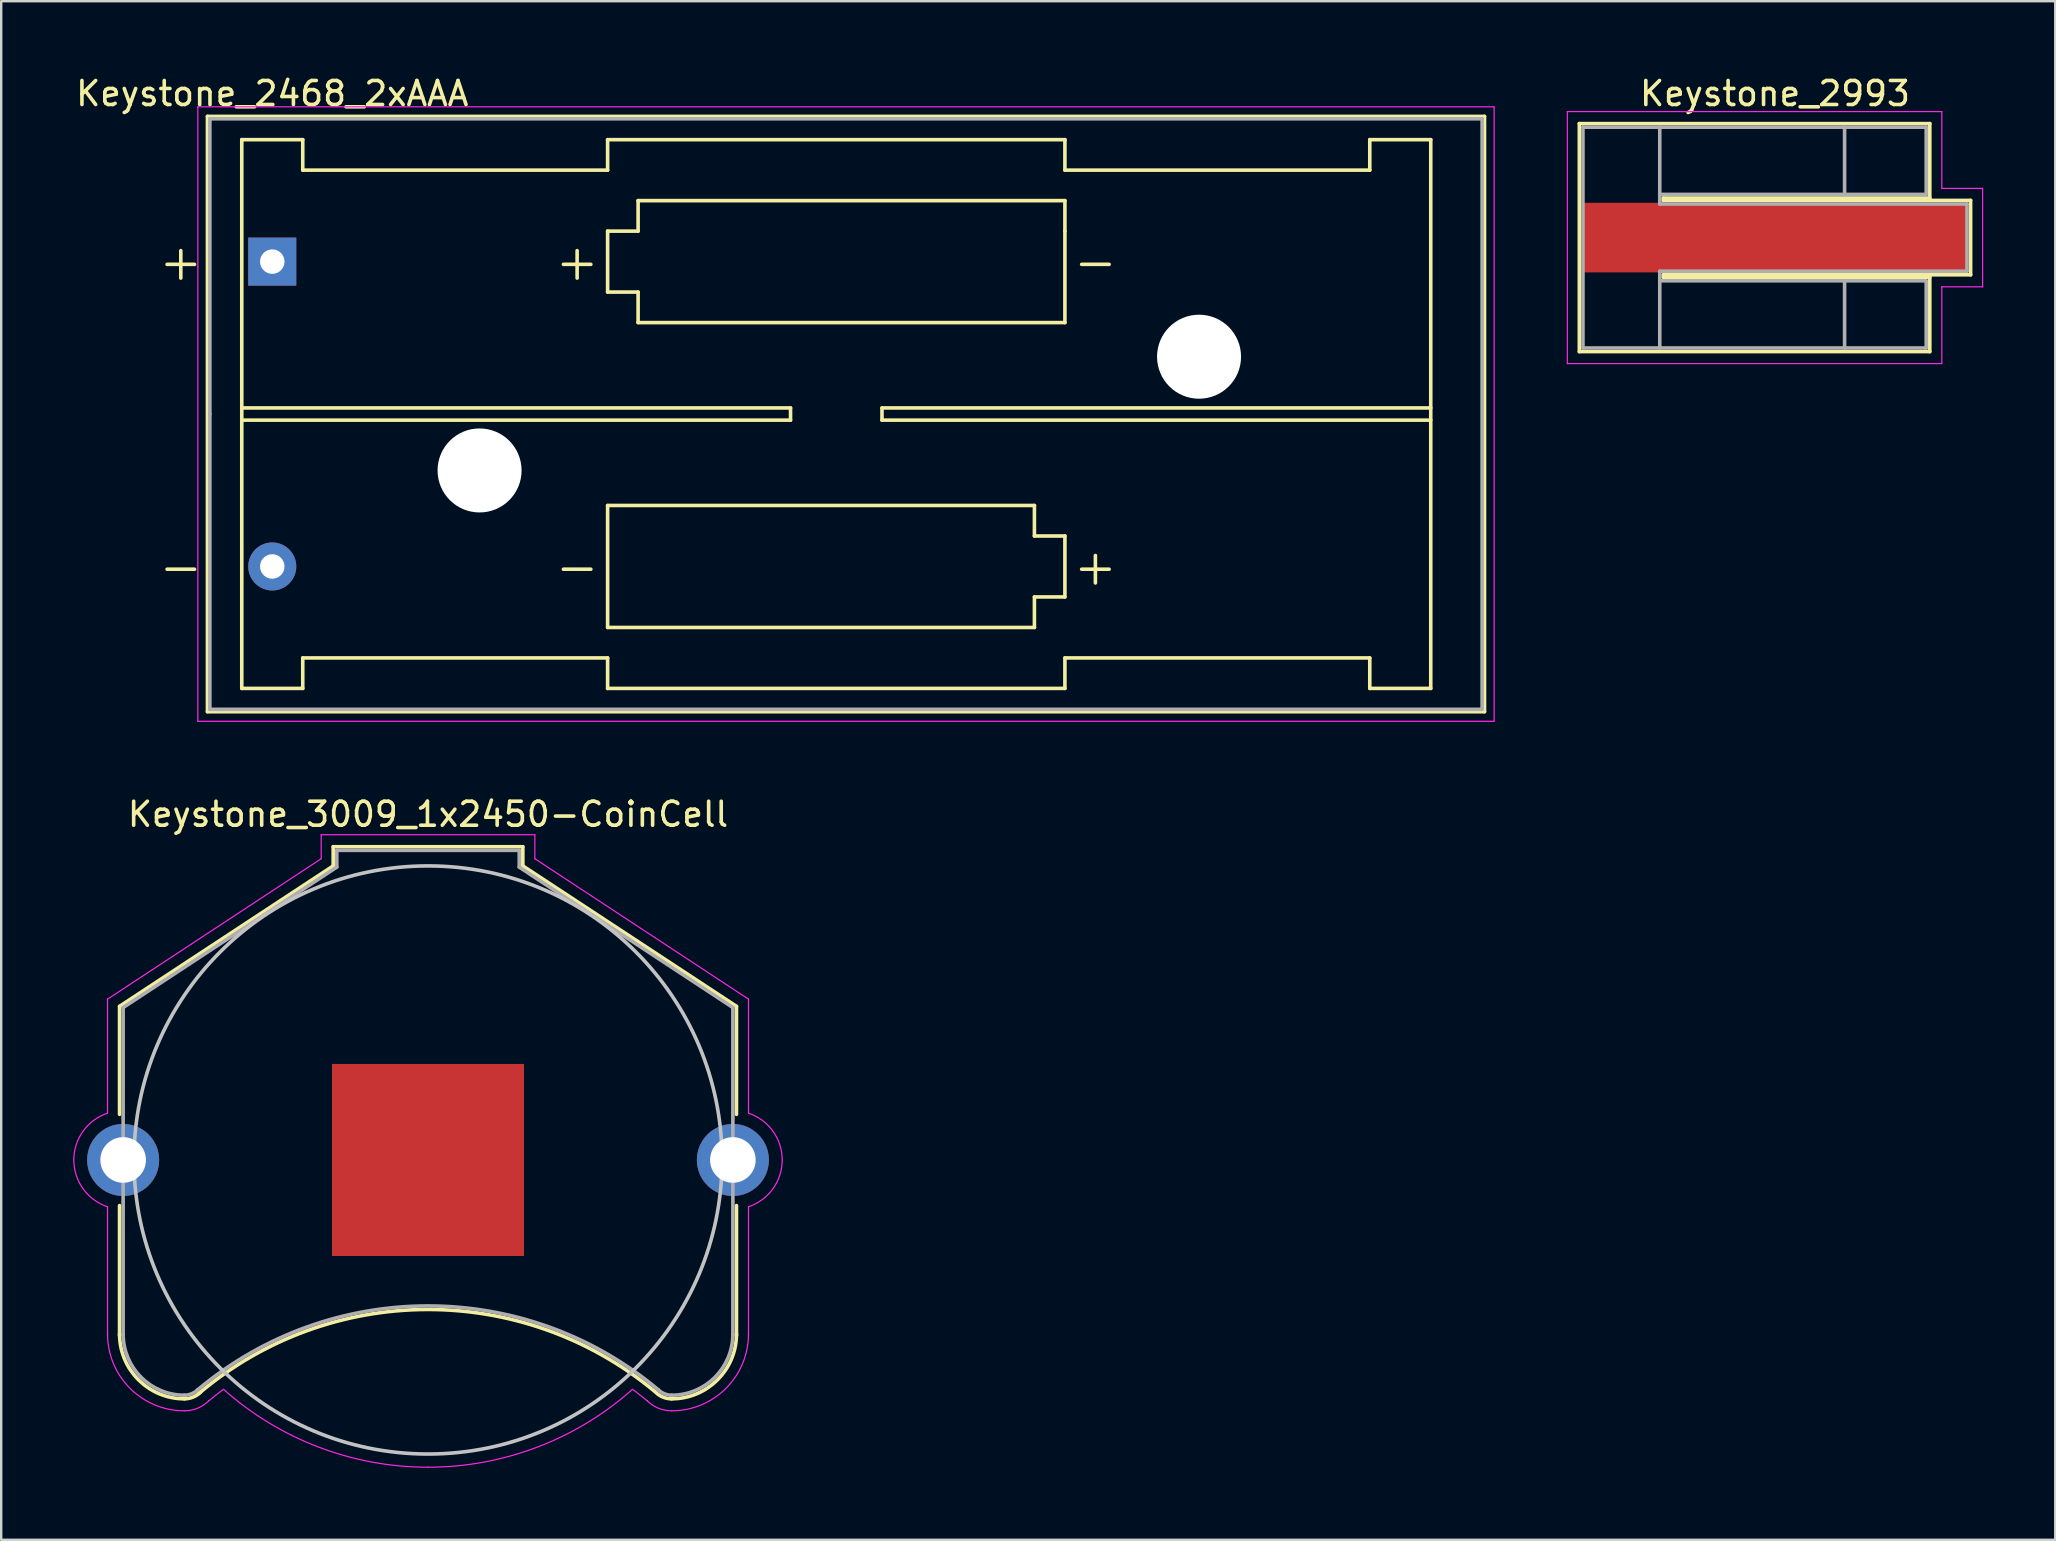
<source format=kicad_pcb>
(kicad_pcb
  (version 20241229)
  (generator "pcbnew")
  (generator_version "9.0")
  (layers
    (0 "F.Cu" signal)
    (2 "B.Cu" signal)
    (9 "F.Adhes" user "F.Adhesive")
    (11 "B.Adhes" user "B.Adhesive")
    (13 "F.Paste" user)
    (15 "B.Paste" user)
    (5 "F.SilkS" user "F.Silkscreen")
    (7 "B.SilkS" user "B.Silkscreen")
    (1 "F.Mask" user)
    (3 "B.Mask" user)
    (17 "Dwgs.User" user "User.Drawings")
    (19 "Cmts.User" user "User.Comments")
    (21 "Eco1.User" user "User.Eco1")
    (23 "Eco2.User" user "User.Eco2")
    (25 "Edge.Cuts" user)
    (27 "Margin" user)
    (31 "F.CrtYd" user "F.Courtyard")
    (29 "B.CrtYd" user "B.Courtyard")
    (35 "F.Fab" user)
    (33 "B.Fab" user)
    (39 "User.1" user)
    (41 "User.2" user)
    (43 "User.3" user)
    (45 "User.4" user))
  (footprint "Keystone_3009_1x2450-CoinCell"
    (layer "F.Cu")
    (at 14.78 45.272)
    (property "Reference" "Keystone_3009_1x2450-CoinCell" (at 0 -14.4 0) (layer "F.SilkS") (effects (font (size 1 1) (thickness 0.15))))
    (attr through_hole)
    (fp_line (start -12.85 -6.4) (end -12.85 -1.9) (stroke (width 0.15) (type solid)) (layer "F.SilkS"))
    (fp_line (start -12.85 1.9) (end -12.85 7.3) (stroke (width 0.15) (type solid)) (layer "F.SilkS"))
    (fp_line (start -3.95 -13.05) (end -3.95 -12.25) (stroke (width 0.15) (type solid)) (layer "F.SilkS"))
    (fp_line (start -3.95 -13.05) (end 3.95 -13.05) (stroke (width 0.15) (type solid)) (layer "F.SilkS"))
    (fp_line (start -3.95 -12.25) (end -12.85 -6.4) (stroke (width 0.15) (type solid)) (layer "F.SilkS"))
    (fp_line (start 3.95 -13.05) (end 3.95 -12.25) (stroke (width 0.15) (type solid)) (layer "F.SilkS"))
    (fp_line (start 3.95 -12.25) (end 12.85 -6.4) (stroke (width 0.15) (type solid)) (layer "F.SilkS"))
    (fp_line (start 12.85 -6.4) (end 12.85 -1.9) (stroke (width 0.15) (type solid)) (layer "F.SilkS"))
    (fp_line (start 12.85 1.9) (end 12.85 7.3) (stroke (width 0.15) (type solid)) (layer "F.SilkS"))
    (fp_arc (start -10.15 9.95) (mid -12.059188 9.159188) (end -12.85 7.25) (stroke (width 0.15) (type solid)) (layer "F.SilkS"))
    (fp_arc (start -9.55 9.73) (mid -0.071508 6.228057) (end 9.440443 9.638071) (stroke (width 0.15) (type solid)) (layer "F.SilkS"))
    (fp_arc (start -9.478249 9.671751) (mid -9.786451 9.877685) (end -10.15 9.95) (stroke (width 0.15) (type solid)) (layer "F.SilkS"))
    (fp_arc (start 10.15 9.95) (mid 9.786451 9.877686) (end 9.478249 9.671751) (stroke (width 0.15) (type solid)) (layer "F.SilkS"))
    (fp_arc (start 12.85 7.25) (mid 12.059188 9.159188) (end 10.15 9.95) (stroke (width 0.15) (type solid)) (layer "F.SilkS"))
    (fp_circle (center 0 0) (end 12.25 0) (stroke (width 0.15) (type solid)) (fill no) (layer "Dwgs.User"))
    (fp_line (start -13.35 -6.7) (end -13.35 -1.95) (stroke (width 0.05) (type solid)) (layer "F.CrtYd"))
    (fp_line (start -13.35 1.95) (end -13.35 7.3) (stroke (width 0.05) (type solid)) (layer "F.CrtYd"))
    (fp_line (start -4.45 -13.55) (end -4.45 -12.55) (stroke (width 0.05) (type solid)) (layer "F.CrtYd"))
    (fp_line (start -4.45 -13.55) (end 4.45 -13.55) (stroke (width 0.05) (type solid)) (layer "F.CrtYd"))
    (fp_line (start -4.45 -12.55) (end -13.35 -6.7) (stroke (width 0.05) (type solid)) (layer "F.CrtYd"))
    (fp_line (start 4.45 -13.55) (end 4.45 -12.55) (stroke (width 0.05) (type solid)) (layer "F.CrtYd"))
    (fp_line (start 4.45 -12.55) (end 13.35 -6.7) (stroke (width 0.05) (type solid)) (layer "F.CrtYd"))
    (fp_line (start 13.35 -6.7) (end 13.35 -1.95) (stroke (width 0.05) (type solid)) (layer "F.CrtYd"))
    (fp_line (start 13.35 1.95) (end 13.35 7.3) (stroke (width 0.05) (type solid)) (layer "F.CrtYd"))
    (fp_arc (start -13.35 1.95) (mid -14.755479 0.002334) (end -13.354426 -1.948519) (stroke (width 0.05) (type solid)) (layer "F.CrtYd"))
    (fp_arc (start -10.15 10.45) (mid -12.412742 9.512742) (end -13.35 7.25) (stroke (width 0.05) (type solid)) (layer "F.CrtYd"))
    (fp_arc (start -9.15 10.05) (mid -8.840691 9.798786) (end -8.524488 9.556307) (stroke (width 0.05) (type solid)) (layer "F.CrtYd"))
    (fp_arc (start -9.124695 10.025305) (mid -9.595109 10.339626) (end -10.15 10.45) (stroke (width 0.05) (type solid)) (layer "F.CrtYd"))
    (fp_arc (start 0 12.8) (mid -4.55581 11.961797) (end -8.514949 9.556969) (stroke (width 0.05) (type solid)) (layer "F.CrtYd"))
    (fp_arc (start 8.514949 9.556969) (mid 4.55581 11.961798) (end 0 12.8) (stroke (width 0.05) (type solid)) (layer "F.CrtYd"))
    (fp_arc (start 8.524488 9.556307) (mid 8.840691 9.798786) (end 9.15 10.05) (stroke (width 0.05) (type solid)) (layer "F.CrtYd"))
    (fp_arc (start 10.15 10.45) (mid 9.595109 10.339625) (end 9.124695 10.025305) (stroke (width 0.05) (type solid)) (layer "F.CrtYd"))
    (fp_arc (start 13.35 7.25) (mid 12.412742 9.512742) (end 10.15 10.45) (stroke (width 0.05) (type solid)) (layer "F.CrtYd"))
    (fp_arc (start 13.354426 -1.948519) (mid 14.755479 0.002334) (end 13.35 1.95) (stroke (width 0.05) (type solid)) (layer "F.CrtYd"))
    (fp_line (start -12.7 -6.35) (end -12.7 7.3) (stroke (width 0.15) (type solid)) (layer "F.Fab"))
    (fp_line (start -3.8 -12.9) (end -3.8 -12.2) (stroke (width 0.15) (type solid)) (layer "F.Fab"))
    (fp_line (start -3.8 -12.9) (end 3.8 -12.9) (stroke (width 0.15) (type solid)) (layer "F.Fab"))
    (fp_line (start -3.8 -12.2) (end -12.7 -6.35) (stroke (width 0.15) (type solid)) (layer "F.Fab"))
    (fp_line (start 3.8 -12.9) (end 3.8 -12.2) (stroke (width 0.15) (type solid)) (layer "F.Fab"))
    (fp_line (start 3.8 -12.2) (end 12.7 -6.35) (stroke (width 0.15) (type solid)) (layer "F.Fab"))
    (fp_line (start 12.7 -6.35) (end 12.7 7.3) (stroke (width 0.15) (type solid)) (layer "F.Fab"))
    (fp_arc (start -10.15 9.8) (mid -11.953122 9.053122) (end -12.7 7.25) (stroke (width 0.15) (type solid)) (layer "F.Fab"))
    (fp_arc (start -9.6 9.58) (mid -0.013392 6.081011) (end 9.579482 9.562783) (stroke (width 0.15) (type solid)) (layer "F.Fab"))
    (fp_arc (start -9.584315 9.565685) (mid -9.843853 9.739103) (end -10.15 9.8) (stroke (width 0.15) (type solid)) (layer "F.Fab"))
    (fp_arc (start 10.15 9.8) (mid 9.843853 9.739104) (end 9.584315 9.565685) (stroke (width 0.15) (type solid)) (layer "F.Fab"))
    (fp_arc (start 12.7 7.25) (mid 11.953122 9.053122) (end 10.15 9.8) (stroke (width 0.15) (type solid)) (layer "F.Fab"))
    (pad "1" thru_hole circle (at -12.7 0) (size 3 3) (drill 1.9) (layers "*.Cu" "*.Mask"))
    (pad "1" thru_hole circle (at 12.7 0) (size 3 3) (drill 1.9) (layers "*.Cu" "*.Mask"))
    (pad "2" smd rect (at 0 0) (size 8 8) (layers "F.Cu" "F.Mask" "F.Paste")))
  (footprint "Keystone_2468_2xAAA"
    (layer "F.Cu")
    (at 8.292 7.848)
    (property "Reference" "Keystone_2468_2xAAA" (at 0 -7 180) (layer "F.SilkS") (effects (font (size 1 1) (thickness 0.15))))
    (attr through_hole)
    (fp_line (start -2.7 -6.05) (end -2.7 18.75) (stroke (width 0.15) (type solid)) (layer "F.SilkS"))
    (fp_line (start -2.7 18.75) (end 50.5 18.75) (stroke (width 0.15) (type solid)) (layer "F.SilkS"))
    (fp_line (start -1.27 -5.08) (end -1.27 17.78) (stroke (width 0.15) (type solid)) (layer "F.SilkS"))
    (fp_line (start -1.27 6.096) (end 21.59 6.096) (stroke (width 0.15) (type solid)) (layer "F.SilkS"))
    (fp_line (start -1.27 17.78) (end 1.27 17.78) (stroke (width 0.15) (type solid)) (layer "F.SilkS"))
    (fp_line (start 1.27 -5.08) (end -1.27 -5.08) (stroke (width 0.15) (type solid)) (layer "F.SilkS"))
    (fp_line (start 1.27 -3.81) (end 1.27 -5.08) (stroke (width 0.15) (type solid)) (layer "F.SilkS"))
    (fp_line (start 1.27 -3.81) (end 13.97 -3.81) (stroke (width 0.15) (type solid)) (layer "F.SilkS"))
    (fp_line (start 1.27 16.51) (end 13.97 16.51) (stroke (width 0.15) (type solid)) (layer "F.SilkS"))
    (fp_line (start 1.27 17.78) (end 1.27 16.51) (stroke (width 0.15) (type solid)) (layer "F.SilkS"))
    (fp_line (start 13.97 -5.08) (end 13.97 -3.81) (stroke (width 0.15) (type solid)) (layer "F.SilkS"))
    (fp_line (start 13.97 -1.27) (end 15.24 -1.27) (stroke (width 0.15) (type solid)) (layer "F.SilkS"))
    (fp_line (start 13.97 1.27) (end 13.97 -1.27) (stroke (width 0.15) (type solid)) (layer "F.SilkS"))
    (fp_line (start 13.97 10.16) (end 31.75 10.16) (stroke (width 0.15) (type solid)) (layer "F.SilkS"))
    (fp_line (start 13.97 15.24) (end 13.97 10.16) (stroke (width 0.15) (type solid)) (layer "F.SilkS"))
    (fp_line (start 13.97 16.51) (end 13.97 17.78) (stroke (width 0.15) (type solid)) (layer "F.SilkS"))
    (fp_line (start 13.97 17.78) (end 33.02 17.78) (stroke (width 0.15) (type solid)) (layer "F.SilkS"))
    (fp_line (start 15.24 -2.54) (end 33.02 -2.54) (stroke (width 0.15) (type solid)) (layer "F.SilkS"))
    (fp_line (start 15.24 -1.27) (end 15.24 -2.54) (stroke (width 0.15) (type solid)) (layer "F.SilkS"))
    (fp_line (start 15.24 1.27) (end 13.97 1.27) (stroke (width 0.15) (type solid)) (layer "F.SilkS"))
    (fp_line (start 15.24 2.54) (end 15.24 1.27) (stroke (width 0.15) (type solid)) (layer "F.SilkS"))
    (fp_line (start 21.59 6.096) (end 21.59 6.604) (stroke (width 0.15) (type solid)) (layer "F.SilkS"))
    (fp_line (start 21.59 6.604) (end -1.27 6.604) (stroke (width 0.15) (type solid)) (layer "F.SilkS"))
    (fp_line (start 25.4 6.096) (end 25.4 6.604) (stroke (width 0.15) (type solid)) (layer "F.SilkS"))
    (fp_line (start 25.4 6.604) (end 48.26 6.604) (stroke (width 0.15) (type solid)) (layer "F.SilkS"))
    (fp_line (start 31.75 10.16) (end 31.75 11.43) (stroke (width 0.15) (type solid)) (layer "F.SilkS"))
    (fp_line (start 31.75 11.43) (end 33.02 11.43) (stroke (width 0.15) (type solid)) (layer "F.SilkS"))
    (fp_line (start 31.75 13.97) (end 31.75 15.24) (stroke (width 0.15) (type solid)) (layer "F.SilkS"))
    (fp_line (start 31.75 15.24) (end 13.97 15.24) (stroke (width 0.15) (type solid)) (layer "F.SilkS"))
    (fp_line (start 33.02 -5.08) (end 13.97 -5.08) (stroke (width 0.15) (type solid)) (layer "F.SilkS"))
    (fp_line (start 33.02 -3.81) (end 33.02 -5.08) (stroke (width 0.15) (type solid)) (layer "F.SilkS"))
    (fp_line (start 33.02 -2.54) (end 33.02 -1.27) (stroke (width 0.15) (type solid)) (layer "F.SilkS"))
    (fp_line (start 33.02 -1.27) (end 33.02 2.54) (stroke (width 0.15) (type solid)) (layer "F.SilkS"))
    (fp_line (start 33.02 2.54) (end 15.24 2.54) (stroke (width 0.15) (type solid)) (layer "F.SilkS"))
    (fp_line (start 33.02 11.43) (end 33.02 13.97) (stroke (width 0.15) (type solid)) (layer "F.SilkS"))
    (fp_line (start 33.02 13.97) (end 31.75 13.97) (stroke (width 0.15) (type solid)) (layer "F.SilkS"))
    (fp_line (start 33.02 17.78) (end 33.02 16.51) (stroke (width 0.15) (type solid)) (layer "F.SilkS"))
    (fp_line (start 45.72 -5.08) (end 45.72 -3.81) (stroke (width 0.15) (type solid)) (layer "F.SilkS"))
    (fp_line (start 45.72 -3.81) (end 33.02 -3.81) (stroke (width 0.15) (type solid)) (layer "F.SilkS"))
    (fp_line (start 45.72 16.51) (end 33.02 16.51) (stroke (width 0.15) (type solid)) (layer "F.SilkS"))
    (fp_line (start 45.72 17.78) (end 45.72 16.51) (stroke (width 0.15) (type solid)) (layer "F.SilkS"))
    (fp_line (start 48.26 -5.08) (end 45.72 -5.08) (stroke (width 0.15) (type solid)) (layer "F.SilkS"))
    (fp_line (start 48.26 -5.08) (end 48.26 17.78) (stroke (width 0.15) (type solid)) (layer "F.SilkS"))
    (fp_line (start 48.26 6.096) (end 25.4 6.096) (stroke (width 0.15) (type solid)) (layer "F.SilkS"))
    (fp_line (start 48.26 17.78) (end 45.72 17.78) (stroke (width 0.15) (type solid)) (layer "F.SilkS"))
    (fp_line (start 50.5 -6.05) (end -2.7 -6.05) (stroke (width 0.15) (type solid)) (layer "F.SilkS"))
    (fp_line (start 50.5 18.75) (end 50.5 -6.05) (stroke (width 0.15) (type solid)) (layer "F.SilkS"))
    (fp_line (start -3.1 -6.45) (end -3.1 19.15) (stroke (width 0.05) (type solid)) (layer "F.CrtYd"))
    (fp_line (start -3.1 19.15) (end 50.9 19.15) (stroke (width 0.05) (type solid)) (layer "F.CrtYd"))
    (fp_line (start 50.9 -6.45) (end -3.1 -6.45) (stroke (width 0.05) (type solid)) (layer "F.CrtYd"))
    (fp_line (start 50.9 19.15) (end 50.9 -6.45) (stroke (width 0.05) (type solid)) (layer "F.CrtYd"))
    (fp_line (start -2.6 -5.95) (end 50.4 -5.95) (stroke (width 0.15) (type solid)) (layer "F.Fab"))
    (fp_line (start -2.6 6.35) (end -2.6 -5.95) (stroke (width 0.15) (type solid)) (layer "F.Fab"))
    (fp_line (start -2.6 18.65) (end -2.6 6.35) (stroke (width 0.15) (type solid)) (layer "F.Fab"))
    (fp_line (start -2.6 18.65) (end 50.4 18.65) (stroke (width 0.15) (type solid)) (layer "F.Fab"))
    (fp_line (start 50.4 18.65) (end 50.4 -5.95) (stroke (width 0.15) (type solid)) (layer "F.Fab"))
    (fp_text user "+" (at -3.81 0 0) (layer "F.SilkS") (effects (font (size 1.5 1.5) (thickness 0.15))))
    (fp_text user "-" (at 34.29 0 0) (layer "F.SilkS") (effects (font (size 1.5 1.5) (thickness 0.15))))
    (fp_text user "+" (at 12.7 0 0) (layer "F.SilkS") (effects (font (size 1.5 1.5) (thickness 0.15))))
    (fp_text user "-" (at -3.81 12.7 0) (layer "F.SilkS") (effects (font (size 1.5 1.5) (thickness 0.15))))
    (fp_text user "-" (at 12.7 12.7 0) (layer "F.SilkS") (effects (font (size 1.5 1.5) (thickness 0.15))))
    (fp_text user "+" (at 34.29 12.7 0) (layer "F.SilkS") (effects (font (size 1.5 1.5) (thickness 0.15))))
    (pad "" np_thru_hole circle (at 8.636 8.7) (size 3.5 3.5) (drill 3.5) (layers "*.Cu" "*.Mask"))
    (pad "" np_thru_hole circle (at 38.608 3.962) (size 3.5 3.5) (drill 3.5) (layers "*.Cu" "*.Mask"))
    (pad "1" thru_hole rect (at 0 0) (size 2 2) (drill 1.02) (layers "*.Cu" "*.Mask"))
    (pad "2" thru_hole circle (at 0 12.7) (size 2 2) (drill 1.02) (layers "*.Cu" "*.Mask")))
  (footprint "Keystone_2993"
    (layer "F.Cu")
    (at 70.892 6.848)
    (property "Reference" "Keystone_2993" (at 0 -6 0) (layer "F.SilkS") (effects (font (size 1 1) (thickness 0.15))))
    (attr smd)
    (fp_line (start -8.15 -4.75) (end -8.15 4.75) (stroke (width 0.15) (type solid)) (layer "F.SilkS"))
    (fp_line (start -8.15 -4.75) (end 6.45 -4.75) (stroke (width 0.15) (type solid)) (layer "F.SilkS"))
    (fp_line (start -8.15 4.75) (end 6.45 4.75) (stroke (width 0.15) (type solid)) (layer "F.SilkS"))
    (fp_line (start -4.65 -1.65) (end -4.65 -1.55) (stroke (width 0.15) (type solid)) (layer "F.SilkS"))
    (fp_line (start -4.65 -1.55) (end 8.15 -1.55) (stroke (width 0.15) (type solid)) (layer "F.SilkS"))
    (fp_line (start -4.65 1.55) (end 8.15 1.55) (stroke (width 0.15) (type solid)) (layer "F.SilkS"))
    (fp_line (start -4.65 1.65) (end -4.65 1.55) (stroke (width 0.15) (type solid)) (layer "F.SilkS"))
    (fp_line (start 6.45 -4.75) (end 6.45 -1.65) (stroke (width 0.15) (type solid)) (layer "F.SilkS"))
    (fp_line (start 6.45 -1.65) (end -4.65 -1.65) (stroke (width 0.15) (type solid)) (layer "F.SilkS"))
    (fp_line (start 6.45 1.65) (end -4.65 1.65) (stroke (width 0.15) (type solid)) (layer "F.SilkS"))
    (fp_line (start 6.45 4.75) (end 6.45 1.65) (stroke (width 0.15) (type solid)) (layer "F.SilkS"))
    (fp_line (start 8.15 -1.55) (end 8.15 1.55) (stroke (width 0.15) (type solid)) (layer "F.SilkS"))
    (fp_line (start -8.65 -5.25) (end -8.65 5.25) (stroke (width 0.05) (type solid)) (layer "F.CrtYd"))
    (fp_line (start -8.65 -5.25) (end 6.95 -5.25) (stroke (width 0.05) (type solid)) (layer "F.CrtYd"))
    (fp_line (start -8.65 5.25) (end 6.95 5.25) (stroke (width 0.05) (type solid)) (layer "F.CrtYd"))
    (fp_line (start 6.95 -5.25) (end 6.95 -2.05) (stroke (width 0.05) (type solid)) (layer "F.CrtYd"))
    (fp_line (start 6.95 -2.05) (end 8.65 -2.05) (stroke (width 0.05) (type solid)) (layer "F.CrtYd"))
    (fp_line (start 6.95 2.05) (end 8.65 2.05) (stroke (width 0.05) (type solid)) (layer "F.CrtYd"))
    (fp_line (start 6.95 5.25) (end 6.95 2.05) (stroke (width 0.05) (type solid)) (layer "F.CrtYd"))
    (fp_line (start 8.65 -2.05) (end 8.65 2.05) (stroke (width 0.05) (type solid)) (layer "F.CrtYd"))
    (fp_line (start -8 -4.6) (end -8 4.6) (stroke (width 0.15) (type solid)) (layer "F.Fab"))
    (fp_line (start -8 -4.6) (end 6.3 -4.6) (stroke (width 0.15) (type solid)) (layer "F.Fab"))
    (fp_line (start -4.8 -1.4) (end -4.8 -4.6) (stroke (width 0.15) (type solid)) (layer "F.Fab"))
    (fp_line (start -4.8 -1.4) (end 8 -1.4) (stroke (width 0.15) (type solid)) (layer "F.Fab"))
    (fp_line (start -4.8 1.4) (end -4.8 4.6) (stroke (width 0.15) (type solid)) (layer "F.Fab"))
    (fp_line (start 2.9 -1.8) (end 2.9 -4.6) (stroke (width 0.15) (type solid)) (layer "F.Fab"))
    (fp_line (start 2.9 1.8) (end 2.9 4.6) (stroke (width 0.15) (type solid)) (layer "F.Fab"))
    (fp_line (start 6.3 -4.6) (end 6.3 -1.8) (stroke (width 0.15) (type solid)) (layer "F.Fab"))
    (fp_line (start 6.3 -1.8) (end -4.8 -1.8) (stroke (width 0.15) (type solid)) (layer "F.Fab"))
    (fp_line (start 6.3 1.8) (end -4.8 1.8) (stroke (width 0.15) (type solid)) (layer "F.Fab"))
    (fp_line (start 6.3 4.6) (end -8 4.6) (stroke (width 0.15) (type solid)) (layer "F.Fab"))
    (fp_line (start 6.3 4.6) (end 6.3 1.8) (stroke (width 0.15) (type solid)) (layer "F.Fab"))
    (fp_line (start 8 -1.4) (end 8 1.4) (stroke (width 0.15) (type solid)) (layer "F.Fab"))
    (fp_line (start 8 1.4) (end -4.8 1.4) (stroke (width 0.15) (type solid)) (layer "F.Fab"))
    (pad "1" smd rect (at 0 0) (size 16 2.9) (layers "F.Cu" "F.Mask" "F.Paste")))
  (gr_rect
    (start -3 -3)
    (end 82.567 61.096)
    (stroke (width 0.1) (type default))
    (fill no)
    (layer "Edge.Cuts")))
</source>
